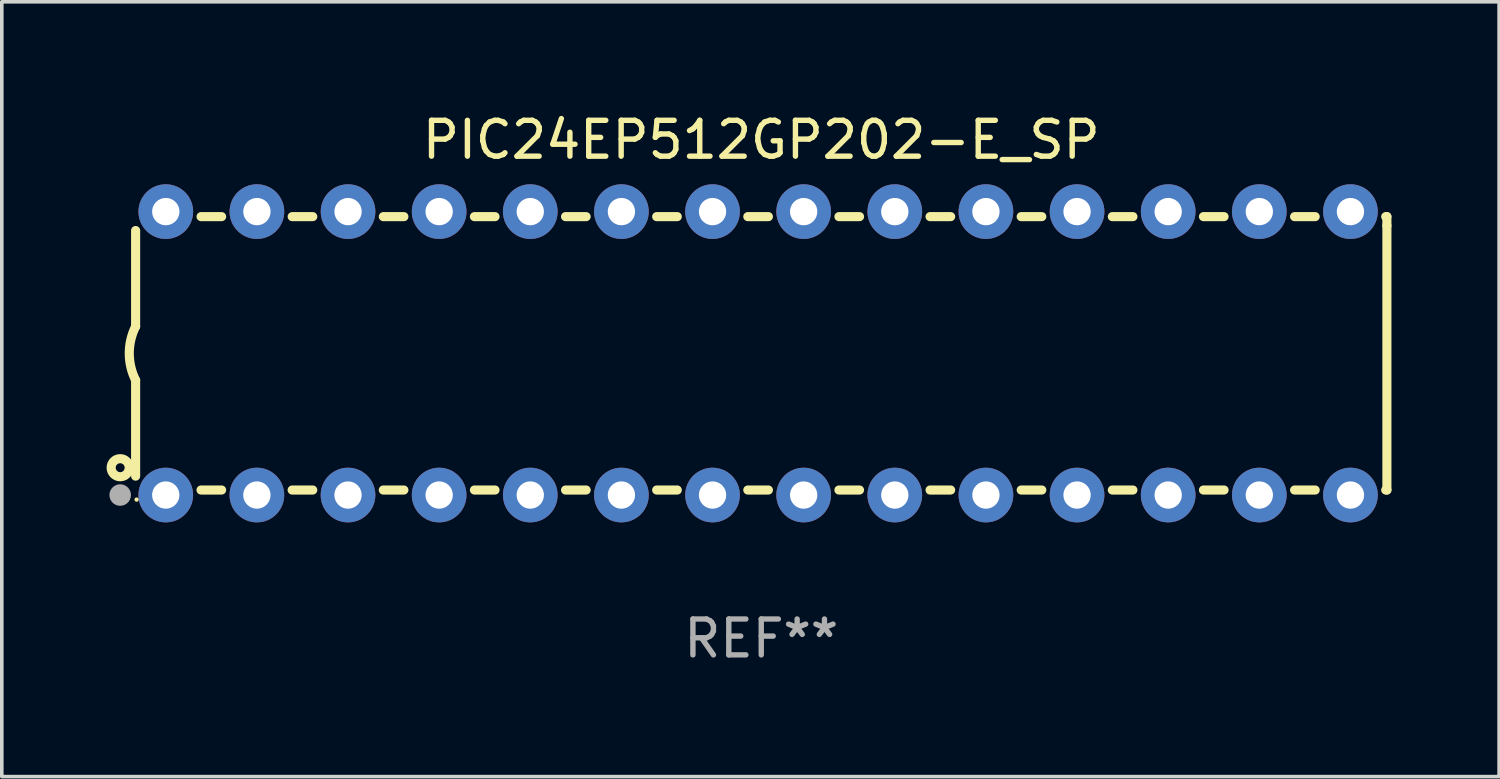
<source format=kicad_pcb>
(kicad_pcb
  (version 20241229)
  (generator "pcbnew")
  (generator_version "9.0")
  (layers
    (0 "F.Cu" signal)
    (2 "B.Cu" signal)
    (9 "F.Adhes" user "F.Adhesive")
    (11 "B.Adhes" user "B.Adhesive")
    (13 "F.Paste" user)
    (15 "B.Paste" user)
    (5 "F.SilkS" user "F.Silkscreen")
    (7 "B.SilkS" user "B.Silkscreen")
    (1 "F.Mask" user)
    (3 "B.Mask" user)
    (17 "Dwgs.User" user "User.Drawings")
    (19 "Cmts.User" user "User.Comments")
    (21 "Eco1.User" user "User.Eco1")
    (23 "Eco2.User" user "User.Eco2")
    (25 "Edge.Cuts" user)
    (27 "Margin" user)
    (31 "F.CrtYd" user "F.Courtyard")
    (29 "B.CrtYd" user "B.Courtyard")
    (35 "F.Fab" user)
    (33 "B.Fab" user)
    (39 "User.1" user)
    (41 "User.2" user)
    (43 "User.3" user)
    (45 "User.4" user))
  (footprint "PIC24EP512GP202-E_SP"
    (layer "F.Cu")
    (at 18.168 6.798)
    (property "Reference" "PIC24EP512GP202-E_SP" (at 0 -5.95 0) (layer "F.SilkS") (effects (font (size 1 1) (thickness 0.15))))
    (attr through_hole)
    (fp_line (start -17.438 0.75) (end -17.438 3.423) (stroke (width 0.254) (type solid)) (layer "F.SilkS"))
    (fp_line (start -17.438 -3.423) (end -17.438 -0.75) (stroke (width 0.254) (type solid)) (layer "F.SilkS"))
    (fp_line (start -15.615 3.81) (end -15.041 3.81) (stroke (width 0.254) (type solid)) (layer "F.SilkS"))
    (fp_line (start -15.041 -3.81) (end -15.614 -3.81) (stroke (width 0.254) (type solid)) (layer "F.SilkS"))
    (fp_line (start -13.075 3.81) (end -12.501 3.81) (stroke (width 0.254) (type solid)) (layer "F.SilkS"))
    (fp_line (start -12.501 -3.81) (end -13.074 -3.81) (stroke (width 0.254) (type solid)) (layer "F.SilkS"))
    (fp_line (start -10.535 3.81) (end -9.961 3.81) (stroke (width 0.254) (type solid)) (layer "F.SilkS"))
    (fp_line (start -9.961 -3.81) (end -10.534 -3.81) (stroke (width 0.254) (type solid)) (layer "F.SilkS"))
    (fp_line (start -7.995 3.81) (end -7.421 3.81) (stroke (width 0.254) (type solid)) (layer "F.SilkS"))
    (fp_line (start -7.421 -3.81) (end -7.995 -3.81) (stroke (width 0.254) (type solid)) (layer "F.SilkS"))
    (fp_line (start -5.455 3.81) (end -4.881 3.81) (stroke (width 0.254) (type solid)) (layer "F.SilkS"))
    (fp_line (start -4.881 -3.81) (end -5.455 -3.81) (stroke (width 0.254) (type solid)) (layer "F.SilkS"))
    (fp_line (start -2.915 3.81) (end -2.341 3.81) (stroke (width 0.254) (type solid)) (layer "F.SilkS"))
    (fp_line (start -2.341 -3.81) (end -2.915 -3.81) (stroke (width 0.254) (type solid)) (layer "F.SilkS"))
    (fp_line (start -0.375 3.81) (end 0.199 3.81) (stroke (width 0.254) (type solid)) (layer "F.SilkS"))
    (fp_line (start 0.199 -3.81) (end -0.375 -3.81) (stroke (width 0.254) (type solid)) (layer "F.SilkS"))
    (fp_line (start 2.165 3.81) (end 2.739 3.81) (stroke (width 0.254) (type solid)) (layer "F.SilkS"))
    (fp_line (start 2.739 -3.81) (end 2.165 -3.81) (stroke (width 0.254) (type solid)) (layer "F.SilkS"))
    (fp_line (start 4.705 3.81) (end 5.279 3.81) (stroke (width 0.254) (type solid)) (layer "F.SilkS"))
    (fp_line (start 5.279 -3.81) (end 4.705 -3.81) (stroke (width 0.254) (type solid)) (layer "F.SilkS"))
    (fp_line (start 7.245 3.81) (end 7.819 3.81) (stroke (width 0.254) (type solid)) (layer "F.SilkS"))
    (fp_line (start 7.819 -3.81) (end 7.245 -3.81) (stroke (width 0.254) (type solid)) (layer "F.SilkS"))
    (fp_line (start 9.785 3.81) (end 10.359 3.81) (stroke (width 0.254) (type solid)) (layer "F.SilkS"))
    (fp_line (start 10.359 -3.81) (end 9.785 -3.81) (stroke (width 0.254) (type solid)) (layer "F.SilkS"))
    (fp_line (start 12.325 3.81) (end 12.899 3.81) (stroke (width 0.254) (type solid)) (layer "F.SilkS"))
    (fp_line (start 12.899 -3.81) (end 12.325 -3.81) (stroke (width 0.254) (type solid)) (layer "F.SilkS"))
    (fp_line (start 14.865 3.81) (end 15.439 3.81) (stroke (width 0.254) (type solid)) (layer "F.SilkS"))
    (fp_line (start 15.439 -3.81) (end 14.865 -3.81) (stroke (width 0.254) (type solid)) (layer "F.SilkS"))
    (fp_line (start 17.405 3.81) (end 17.438 3.81) (stroke (width 0.254) (type solid)) (layer "F.SilkS"))
    (fp_line (start 17.438 -3.81) (end 17.405 -3.81) (stroke (width 0.254) (type solid)) (layer "F.SilkS"))
    (fp_line (start 17.438 -3.556) (end 17.438 -3.81) (stroke (width 0.254) (type solid)) (layer "F.SilkS"))
    (fp_line (start 17.438 3.81) (end 17.438 -3.556) (stroke (width 0.254) (type solid)) (layer "F.SilkS"))
    (fp_arc (start -17.437986 0.749657) (mid -17.614887 -0.000024) (end -17.437783 -0.749657) (stroke (width 0.254001) (type solid)) (layer "F.SilkS"))
    (fp_circle (center -17.868 3.188) (end -17.743 3.188) (stroke (width 0.254) (type solid)) (fill no) (layer "F.SilkS"))
    (fp_circle (center -17.411 4.077) (end -17.381 4.077) (stroke (width 0.06) (type solid)) (fill no) (layer "F.SilkS"))
    (fp_circle (center -17.868 3.95) (end -17.718 3.95) (stroke (width 0.3) (type solid)) (fill no) (layer "F.Fab"))
    (fp_text user "REF**" (at 0 7.95 0) (layer "F.Fab") (effects (font (size 1 1) (thickness 0.15))))
    (pad "1" thru_hole circle (at -16.598 3.95) (size 1.524 1.524) (drill 0.762) (layers "*.Cu" "*.Mask"))
    (pad "2" thru_hole circle (at -14.058 3.95) (size 1.524 1.524) (drill 0.762) (layers "*.Cu" "*.Mask"))
    (pad "3" thru_hole circle (at -11.518 3.95) (size 1.524 1.524) (drill 0.762) (layers "*.Cu" "*.Mask"))
    (pad "4" thru_hole circle (at -8.978 3.95) (size 1.524 1.524) (drill 0.762) (layers "*.Cu" "*.Mask"))
    (pad "5" thru_hole circle (at -6.438 3.95) (size 1.524 1.524) (drill 0.762) (layers "*.Cu" "*.Mask"))
    (pad "6" thru_hole circle (at -3.898 3.95) (size 1.524 1.524) (drill 0.762) (layers "*.Cu" "*.Mask"))
    (pad "7" thru_hole circle (at -1.358 3.95) (size 1.524 1.524) (drill 0.762) (layers "*.Cu" "*.Mask"))
    (pad "8" thru_hole circle (at 1.182 3.95) (size 1.524 1.524) (drill 0.762) (layers "*.Cu" "*.Mask"))
    (pad "9" thru_hole circle (at 3.722 3.95) (size 1.524 1.524) (drill 0.762) (layers "*.Cu" "*.Mask"))
    (pad "10" thru_hole circle (at 6.262 3.95) (size 1.524 1.524) (drill 0.762) (layers "*.Cu" "*.Mask"))
    (pad "11" thru_hole circle (at 8.802 3.95) (size 1.524 1.524) (drill 0.762) (layers "*.Cu" "*.Mask"))
    (pad "12" thru_hole circle (at 11.342 3.95) (size 1.524 1.524) (drill 0.762) (layers "*.Cu" "*.Mask"))
    (pad "13" thru_hole circle (at 13.882 3.95) (size 1.524 1.524) (drill 0.762) (layers "*.Cu" "*.Mask"))
    (pad "14" thru_hole circle (at 16.422 3.95) (size 1.524 1.524) (drill 0.762) (layers "*.Cu" "*.Mask"))
    (pad "15" thru_hole circle (at 16.422 -3.95) (size 1.524 1.524) (drill 0.762) (layers "*.Cu" "*.Mask"))
    (pad "16" thru_hole circle (at 13.882 -3.95) (size 1.524 1.524) (drill 0.762) (layers "*.Cu" "*.Mask"))
    (pad "17" thru_hole circle (at 11.342 -3.95) (size 1.524 1.524) (drill 0.762) (layers "*.Cu" "*.Mask"))
    (pad "18" thru_hole circle (at 8.802 -3.95) (size 1.524 1.524) (drill 0.762) (layers "*.Cu" "*.Mask"))
    (pad "19" thru_hole circle (at 6.262 -3.95) (size 1.524 1.524) (drill 0.762) (layers "*.Cu" "*.Mask"))
    (pad "20" thru_hole circle (at 3.722 -3.95) (size 1.524 1.524) (drill 0.762) (layers "*.Cu" "*.Mask"))
    (pad "21" thru_hole circle (at 1.182 -3.95) (size 1.524 1.524) (drill 0.762) (layers "*.Cu" "*.Mask"))
    (pad "22" thru_hole circle (at -1.358 -3.95) (size 1.524 1.524) (drill 0.762) (layers "*.Cu" "*.Mask"))
    (pad "23" thru_hole circle (at -3.898 -3.95) (size 1.524 1.524) (drill 0.762) (layers "*.Cu" "*.Mask"))
    (pad "24" thru_hole circle (at -6.438 -3.95) (size 1.524 1.524) (drill 0.762) (layers "*.Cu" "*.Mask"))
    (pad "25" thru_hole circle (at -8.978 -3.95) (size 1.524 1.524) (drill 0.762) (layers "*.Cu" "*.Mask"))
    (pad "26" thru_hole circle (at -11.517 -3.95) (size 1.524 1.524) (drill 0.762) (layers "*.Cu" "*.Mask"))
    (pad "27" thru_hole circle (at -14.057 -3.95) (size 1.524 1.524) (drill 0.762) (layers "*.Cu" "*.Mask"))
    (pad "28" thru_hole circle (at -16.597 -3.95) (size 1.524 1.524) (drill 0.762) (layers "*.Cu" "*.Mask")))
  (gr_rect
    (start -3 -3)
    (end 38.733 18.596)
    (stroke (width 0.1) (type default))
    (fill no)
    (layer "Edge.Cuts")))
</source>
